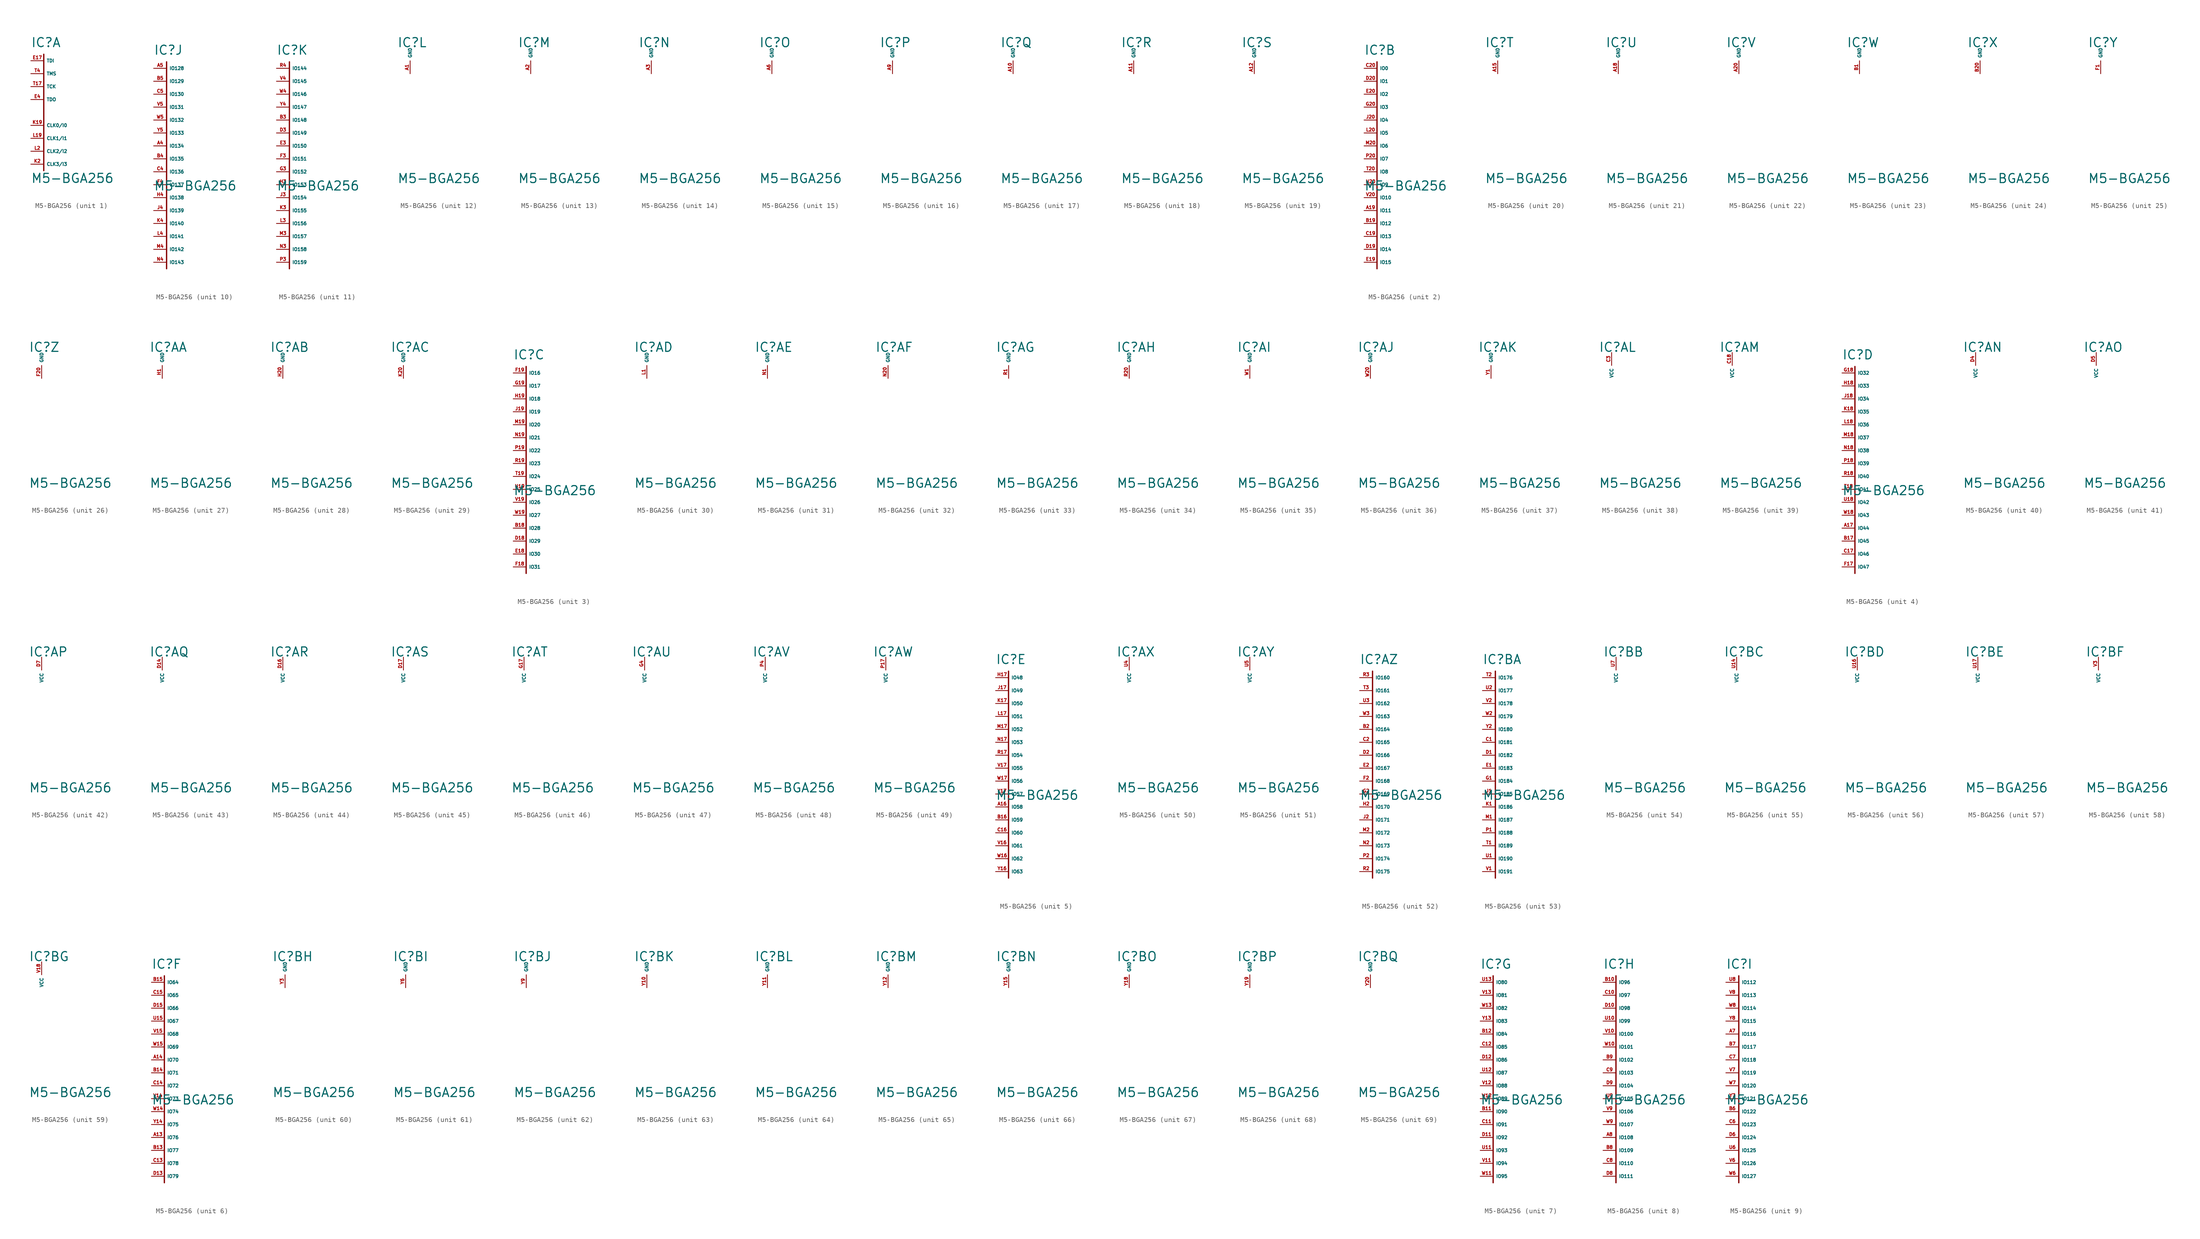
<source format=kicad_sym>
(kicad_symbol_lib
  (version 20220914)
  (generator Eagle2Kicad)
  (symbol "M5-BGA256"
    (property "Reference" "IC"
      (at -2.54 2.54 0)
      (effects (font (size 1.778 1.778) (thickness 0.22)) (justify left bottom)))
    (property "Value" "M5-BGA256"
      (at -2.54 -24.13 0)
      (effects (font (size 1.778 1.778) (thickness 0.22)) (justify left bottom)))
    (symbol "M5-BGA256_1_0"
      (polyline (pts (xy 0 1.27) (xy 0 -21.59)) (stroke (width 0.254) (type default)) (fill (type none)))
      (pin input line (at -2.54 0 0) (length 2.54) (name "TDI" (effects (font (size 0.635 0.635) (thickness 0.08)) (justify left bottom))) (number "E17" (effects (font (size 0.635 0.635) (thickness 0.08)) (justify left bottom))))
      (pin input line (at -2.54 -2.54 0) (length 2.54) (name "TMS" (effects (font (size 0.635 0.635) (thickness 0.08)) (justify left bottom))) (number "T4" (effects (font (size 0.635 0.635) (thickness 0.08)) (justify left bottom))))
      (pin input line (at -2.54 -5.08 0) (length 2.54) (name "TCK" (effects (font (size 0.635 0.635) (thickness 0.08)) (justify left bottom))) (number "T17" (effects (font (size 0.635 0.635) (thickness 0.08)) (justify left bottom))))
      (pin input line (at -2.54 -7.62 0) (length 2.54) (name "TDO" (effects (font (size 0.635 0.635) (thickness 0.08)) (justify left bottom))) (number "E4" (effects (font (size 0.635 0.635) (thickness 0.08)) (justify left bottom))))
      (pin input line (at -2.54 -12.7 0) (length 2.54) (name "CLK0/I0" (effects (font (size 0.635 0.635) (thickness 0.08)) (justify left bottom))) (number "K19" (effects (font (size 0.635 0.635) (thickness 0.08)) (justify left bottom))))
      (pin input line (at -2.54 -15.24 0) (length 2.54) (name "CLK1/I1" (effects (font (size 0.635 0.635) (thickness 0.08)) (justify left bottom))) (number "L19" (effects (font (size 0.635 0.635) (thickness 0.08)) (justify left bottom))))
      (pin input line (at -2.54 -17.78 0) (length 2.54) (name "CLK2/I2" (effects (font (size 0.635 0.635) (thickness 0.08)) (justify left bottom))) (number "L2" (effects (font (size 0.635 0.635) (thickness 0.08)) (justify left bottom))))
      (pin input line (at -2.54 -20.32 0) (length 2.54) (name "CLK3/I3" (effects (font (size 0.635 0.635) (thickness 0.08)) (justify left bottom))) (number "K2" (effects (font (size 0.635 0.635) (thickness 0.08)) (justify left bottom)))))
    (symbol "M5-BGA256_2_0"
      (polyline (pts (xy 0 1.27) (xy 0 -39.37)) (stroke (width 0.254) (type default)) (fill (type none)))
      (pin bidirectional line (at -2.54 0 0) (length 2.54) (name "IO0" (effects (font (size 0.635 0.635) (thickness 0.08)) (justify left bottom))) (number "C20" (effects (font (size 0.635 0.635) (thickness 0.08)) (justify left bottom))))
      (pin bidirectional line (at -2.54 -2.54 0) (length 2.54) (name "IO1" (effects (font (size 0.635 0.635) (thickness 0.08)) (justify left bottom))) (number "D20" (effects (font (size 0.635 0.635) (thickness 0.08)) (justify left bottom))))
      (pin bidirectional line (at -2.54 -5.08 0) (length 2.54) (name "IO2" (effects (font (size 0.635 0.635) (thickness 0.08)) (justify left bottom))) (number "E20" (effects (font (size 0.635 0.635) (thickness 0.08)) (justify left bottom))))
      (pin bidirectional line (at -2.54 -7.62 0) (length 2.54) (name "IO3" (effects (font (size 0.635 0.635) (thickness 0.08)) (justify left bottom))) (number "G20" (effects (font (size 0.635 0.635) (thickness 0.08)) (justify left bottom))))
      (pin bidirectional line (at -2.54 -10.16 0) (length 2.54) (name "IO4" (effects (font (size 0.635 0.635) (thickness 0.08)) (justify left bottom))) (number "J20" (effects (font (size 0.635 0.635) (thickness 0.08)) (justify left bottom))))
      (pin bidirectional line (at -2.54 -12.7 0) (length 2.54) (name "IO5" (effects (font (size 0.635 0.635) (thickness 0.08)) (justify left bottom))) (number "L20" (effects (font (size 0.635 0.635) (thickness 0.08)) (justify left bottom))))
      (pin bidirectional line (at -2.54 -15.24 0) (length 2.54) (name "IO6" (effects (font (size 0.635 0.635) (thickness 0.08)) (justify left bottom))) (number "M20" (effects (font (size 0.635 0.635) (thickness 0.08)) (justify left bottom))))
      (pin bidirectional line (at -2.54 -17.78 0) (length 2.54) (name "IO7" (effects (font (size 0.635 0.635) (thickness 0.08)) (justify left bottom))) (number "P20" (effects (font (size 0.635 0.635) (thickness 0.08)) (justify left bottom))))
      (pin bidirectional line (at -2.54 -20.32 0) (length 2.54) (name "IO8" (effects (font (size 0.635 0.635) (thickness 0.08)) (justify left bottom))) (number "T20" (effects (font (size 0.635 0.635) (thickness 0.08)) (justify left bottom))))
      (pin bidirectional line (at -2.54 -22.86 0) (length 2.54) (name "IO9" (effects (font (size 0.635 0.635) (thickness 0.08)) (justify left bottom))) (number "U20" (effects (font (size 0.635 0.635) (thickness 0.08)) (justify left bottom))))
      (pin bidirectional line (at -2.54 -25.4 0) (length 2.54) (name "IO10" (effects (font (size 0.635 0.635) (thickness 0.08)) (justify left bottom))) (number "V20" (effects (font (size 0.635 0.635) (thickness 0.08)) (justify left bottom))))
      (pin bidirectional line (at -2.54 -27.94 0) (length 2.54) (name "IO11" (effects (font (size 0.635 0.635) (thickness 0.08)) (justify left bottom))) (number "A19" (effects (font (size 0.635 0.635) (thickness 0.08)) (justify left bottom))))
      (pin bidirectional line (at -2.54 -30.48 0) (length 2.54) (name "IO12" (effects (font (size 0.635 0.635) (thickness 0.08)) (justify left bottom))) (number "B19" (effects (font (size 0.635 0.635) (thickness 0.08)) (justify left bottom))))
      (pin bidirectional line (at -2.54 -33.02 0) (length 2.54) (name "IO13" (effects (font (size 0.635 0.635) (thickness 0.08)) (justify left bottom))) (number "C19" (effects (font (size 0.635 0.635) (thickness 0.08)) (justify left bottom))))
      (pin bidirectional line (at -2.54 -35.56 0) (length 2.54) (name "IO14" (effects (font (size 0.635 0.635) (thickness 0.08)) (justify left bottom))) (number "D19" (effects (font (size 0.635 0.635) (thickness 0.08)) (justify left bottom))))
      (pin bidirectional line (at -2.54 -38.1 0) (length 2.54) (name "IO15" (effects (font (size 0.635 0.635) (thickness 0.08)) (justify left bottom))) (number "E19" (effects (font (size 0.635 0.635) (thickness 0.08)) (justify left bottom)))))
    (symbol "M5-BGA256_3_0"
      (polyline (pts (xy 0 1.27) (xy 0 -39.37)) (stroke (width 0.254) (type default)) (fill (type none)))
      (pin bidirectional line (at -2.54 0 0) (length 2.54) (name "IO16" (effects (font (size 0.635 0.635) (thickness 0.08)) (justify left bottom))) (number "F19" (effects (font (size 0.635 0.635) (thickness 0.08)) (justify left bottom))))
      (pin bidirectional line (at -2.54 -2.54 0) (length 2.54) (name "IO17" (effects (font (size 0.635 0.635) (thickness 0.08)) (justify left bottom))) (number "G19" (effects (font (size 0.635 0.635) (thickness 0.08)) (justify left bottom))))
      (pin bidirectional line (at -2.54 -5.08 0) (length 2.54) (name "IO18" (effects (font (size 0.635 0.635) (thickness 0.08)) (justify left bottom))) (number "H19" (effects (font (size 0.635 0.635) (thickness 0.08)) (justify left bottom))))
      (pin bidirectional line (at -2.54 -7.62 0) (length 2.54) (name "IO19" (effects (font (size 0.635 0.635) (thickness 0.08)) (justify left bottom))) (number "J19" (effects (font (size 0.635 0.635) (thickness 0.08)) (justify left bottom))))
      (pin bidirectional line (at -2.54 -10.16 0) (length 2.54) (name "IO20" (effects (font (size 0.635 0.635) (thickness 0.08)) (justify left bottom))) (number "M19" (effects (font (size 0.635 0.635) (thickness 0.08)) (justify left bottom))))
      (pin bidirectional line (at -2.54 -12.7 0) (length 2.54) (name "IO21" (effects (font (size 0.635 0.635) (thickness 0.08)) (justify left bottom))) (number "N19" (effects (font (size 0.635 0.635) (thickness 0.08)) (justify left bottom))))
      (pin bidirectional line (at -2.54 -15.24 0) (length 2.54) (name "IO22" (effects (font (size 0.635 0.635) (thickness 0.08)) (justify left bottom))) (number "P19" (effects (font (size 0.635 0.635) (thickness 0.08)) (justify left bottom))))
      (pin bidirectional line (at -2.54 -17.78 0) (length 2.54) (name "IO23" (effects (font (size 0.635 0.635) (thickness 0.08)) (justify left bottom))) (number "R19" (effects (font (size 0.635 0.635) (thickness 0.08)) (justify left bottom))))
      (pin bidirectional line (at -2.54 -20.32 0) (length 2.54) (name "IO24" (effects (font (size 0.635 0.635) (thickness 0.08)) (justify left bottom))) (number "T19" (effects (font (size 0.635 0.635) (thickness 0.08)) (justify left bottom))))
      (pin bidirectional line (at -2.54 -22.86 0) (length 2.54) (name "IO25" (effects (font (size 0.635 0.635) (thickness 0.08)) (justify left bottom))) (number "U19" (effects (font (size 0.635 0.635) (thickness 0.08)) (justify left bottom))))
      (pin bidirectional line (at -2.54 -25.4 0) (length 2.54) (name "IO26" (effects (font (size 0.635 0.635) (thickness 0.08)) (justify left bottom))) (number "V19" (effects (font (size 0.635 0.635) (thickness 0.08)) (justify left bottom))))
      (pin bidirectional line (at -2.54 -27.94 0) (length 2.54) (name "IO27" (effects (font (size 0.635 0.635) (thickness 0.08)) (justify left bottom))) (number "W19" (effects (font (size 0.635 0.635) (thickness 0.08)) (justify left bottom))))
      (pin bidirectional line (at -2.54 -30.48 0) (length 2.54) (name "IO28" (effects (font (size 0.635 0.635) (thickness 0.08)) (justify left bottom))) (number "B18" (effects (font (size 0.635 0.635) (thickness 0.08)) (justify left bottom))))
      (pin bidirectional line (at -2.54 -33.02 0) (length 2.54) (name "IO29" (effects (font (size 0.635 0.635) (thickness 0.08)) (justify left bottom))) (number "D18" (effects (font (size 0.635 0.635) (thickness 0.08)) (justify left bottom))))
      (pin bidirectional line (at -2.54 -35.56 0) (length 2.54) (name "IO30" (effects (font (size 0.635 0.635) (thickness 0.08)) (justify left bottom))) (number "E18" (effects (font (size 0.635 0.635) (thickness 0.08)) (justify left bottom))))
      (pin bidirectional line (at -2.54 -38.1 0) (length 2.54) (name "IO31" (effects (font (size 0.635 0.635) (thickness 0.08)) (justify left bottom))) (number "F18" (effects (font (size 0.635 0.635) (thickness 0.08)) (justify left bottom)))))
    (symbol "M5-BGA256_4_0"
      (polyline (pts (xy 0 1.27) (xy 0 -39.37)) (stroke (width 0.254) (type default)) (fill (type none)))
      (pin bidirectional line (at -2.54 0 0) (length 2.54) (name "IO32" (effects (font (size 0.635 0.635) (thickness 0.08)) (justify left bottom))) (number "G18" (effects (font (size 0.635 0.635) (thickness 0.08)) (justify left bottom))))
      (pin bidirectional line (at -2.54 -2.54 0) (length 2.54) (name "IO33" (effects (font (size 0.635 0.635) (thickness 0.08)) (justify left bottom))) (number "H18" (effects (font (size 0.635 0.635) (thickness 0.08)) (justify left bottom))))
      (pin bidirectional line (at -2.54 -5.08 0) (length 2.54) (name "IO34" (effects (font (size 0.635 0.635) (thickness 0.08)) (justify left bottom))) (number "J18" (effects (font (size 0.635 0.635) (thickness 0.08)) (justify left bottom))))
      (pin bidirectional line (at -2.54 -7.62 0) (length 2.54) (name "IO35" (effects (font (size 0.635 0.635) (thickness 0.08)) (justify left bottom))) (number "K18" (effects (font (size 0.635 0.635) (thickness 0.08)) (justify left bottom))))
      (pin bidirectional line (at -2.54 -10.16 0) (length 2.54) (name "IO36" (effects (font (size 0.635 0.635) (thickness 0.08)) (justify left bottom))) (number "L18" (effects (font (size 0.635 0.635) (thickness 0.08)) (justify left bottom))))
      (pin bidirectional line (at -2.54 -12.7 0) (length 2.54) (name "IO37" (effects (font (size 0.635 0.635) (thickness 0.08)) (justify left bottom))) (number "M18" (effects (font (size 0.635 0.635) (thickness 0.08)) (justify left bottom))))
      (pin bidirectional line (at -2.54 -15.24 0) (length 2.54) (name "IO38" (effects (font (size 0.635 0.635) (thickness 0.08)) (justify left bottom))) (number "N18" (effects (font (size 0.635 0.635) (thickness 0.08)) (justify left bottom))))
      (pin bidirectional line (at -2.54 -17.78 0) (length 2.54) (name "IO39" (effects (font (size 0.635 0.635) (thickness 0.08)) (justify left bottom))) (number "P18" (effects (font (size 0.635 0.635) (thickness 0.08)) (justify left bottom))))
      (pin bidirectional line (at -2.54 -20.32 0) (length 2.54) (name "IO40" (effects (font (size 0.635 0.635) (thickness 0.08)) (justify left bottom))) (number "R18" (effects (font (size 0.635 0.635) (thickness 0.08)) (justify left bottom))))
      (pin bidirectional line (at -2.54 -22.86 0) (length 2.54) (name "IO41" (effects (font (size 0.635 0.635) (thickness 0.08)) (justify left bottom))) (number "T18" (effects (font (size 0.635 0.635) (thickness 0.08)) (justify left bottom))))
      (pin bidirectional line (at -2.54 -25.4 0) (length 2.54) (name "IO42" (effects (font (size 0.635 0.635) (thickness 0.08)) (justify left bottom))) (number "U18" (effects (font (size 0.635 0.635) (thickness 0.08)) (justify left bottom))))
      (pin bidirectional line (at -2.54 -27.94 0) (length 2.54) (name "IO43" (effects (font (size 0.635 0.635) (thickness 0.08)) (justify left bottom))) (number "W18" (effects (font (size 0.635 0.635) (thickness 0.08)) (justify left bottom))))
      (pin bidirectional line (at -2.54 -30.48 0) (length 2.54) (name "IO44" (effects (font (size 0.635 0.635) (thickness 0.08)) (justify left bottom))) (number "A17" (effects (font (size 0.635 0.635) (thickness 0.08)) (justify left bottom))))
      (pin bidirectional line (at -2.54 -33.02 0) (length 2.54) (name "IO45" (effects (font (size 0.635 0.635) (thickness 0.08)) (justify left bottom))) (number "B17" (effects (font (size 0.635 0.635) (thickness 0.08)) (justify left bottom))))
      (pin bidirectional line (at -2.54 -35.56 0) (length 2.54) (name "IO46" (effects (font (size 0.635 0.635) (thickness 0.08)) (justify left bottom))) (number "C17" (effects (font (size 0.635 0.635) (thickness 0.08)) (justify left bottom))))
      (pin bidirectional line (at -2.54 -38.1 0) (length 2.54) (name "IO47" (effects (font (size 0.635 0.635) (thickness 0.08)) (justify left bottom))) (number "F17" (effects (font (size 0.635 0.635) (thickness 0.08)) (justify left bottom)))))
    (symbol "M5-BGA256_5_0"
      (polyline (pts (xy 0 1.27) (xy 0 -39.37)) (stroke (width 0.254) (type default)) (fill (type none)))
      (pin bidirectional line (at -2.54 0 0) (length 2.54) (name "IO48" (effects (font (size 0.635 0.635) (thickness 0.08)) (justify left bottom))) (number "H17" (effects (font (size 0.635 0.635) (thickness 0.08)) (justify left bottom))))
      (pin bidirectional line (at -2.54 -2.54 0) (length 2.54) (name "IO49" (effects (font (size 0.635 0.635) (thickness 0.08)) (justify left bottom))) (number "J17" (effects (font (size 0.635 0.635) (thickness 0.08)) (justify left bottom))))
      (pin bidirectional line (at -2.54 -5.08 0) (length 2.54) (name "IO50" (effects (font (size 0.635 0.635) (thickness 0.08)) (justify left bottom))) (number "K17" (effects (font (size 0.635 0.635) (thickness 0.08)) (justify left bottom))))
      (pin bidirectional line (at -2.54 -7.62 0) (length 2.54) (name "IO51" (effects (font (size 0.635 0.635) (thickness 0.08)) (justify left bottom))) (number "L17" (effects (font (size 0.635 0.635) (thickness 0.08)) (justify left bottom))))
      (pin bidirectional line (at -2.54 -10.16 0) (length 2.54) (name "IO52" (effects (font (size 0.635 0.635) (thickness 0.08)) (justify left bottom))) (number "M17" (effects (font (size 0.635 0.635) (thickness 0.08)) (justify left bottom))))
      (pin bidirectional line (at -2.54 -12.7 0) (length 2.54) (name "IO53" (effects (font (size 0.635 0.635) (thickness 0.08)) (justify left bottom))) (number "N17" (effects (font (size 0.635 0.635) (thickness 0.08)) (justify left bottom))))
      (pin bidirectional line (at -2.54 -15.24 0) (length 2.54) (name "IO54" (effects (font (size 0.635 0.635) (thickness 0.08)) (justify left bottom))) (number "R17" (effects (font (size 0.635 0.635) (thickness 0.08)) (justify left bottom))))
      (pin bidirectional line (at -2.54 -17.78 0) (length 2.54) (name "IO55" (effects (font (size 0.635 0.635) (thickness 0.08)) (justify left bottom))) (number "V17" (effects (font (size 0.635 0.635) (thickness 0.08)) (justify left bottom))))
      (pin bidirectional line (at -2.54 -20.32 0) (length 2.54) (name "IO56" (effects (font (size 0.635 0.635) (thickness 0.08)) (justify left bottom))) (number "W17" (effects (font (size 0.635 0.635) (thickness 0.08)) (justify left bottom))))
      (pin bidirectional line (at -2.54 -22.86 0) (length 2.54) (name "IO57" (effects (font (size 0.635 0.635) (thickness 0.08)) (justify left bottom))) (number "Y17" (effects (font (size 0.635 0.635) (thickness 0.08)) (justify left bottom))))
      (pin bidirectional line (at -2.54 -25.4 0) (length 2.54) (name "IO58" (effects (font (size 0.635 0.635) (thickness 0.08)) (justify left bottom))) (number "A16" (effects (font (size 0.635 0.635) (thickness 0.08)) (justify left bottom))))
      (pin bidirectional line (at -2.54 -27.94 0) (length 2.54) (name "IO59" (effects (font (size 0.635 0.635) (thickness 0.08)) (justify left bottom))) (number "B16" (effects (font (size 0.635 0.635) (thickness 0.08)) (justify left bottom))))
      (pin bidirectional line (at -2.54 -30.48 0) (length 2.54) (name "IO60" (effects (font (size 0.635 0.635) (thickness 0.08)) (justify left bottom))) (number "C16" (effects (font (size 0.635 0.635) (thickness 0.08)) (justify left bottom))))
      (pin bidirectional line (at -2.54 -33.02 0) (length 2.54) (name "IO61" (effects (font (size 0.635 0.635) (thickness 0.08)) (justify left bottom))) (number "V16" (effects (font (size 0.635 0.635) (thickness 0.08)) (justify left bottom))))
      (pin bidirectional line (at -2.54 -35.56 0) (length 2.54) (name "IO62" (effects (font (size 0.635 0.635) (thickness 0.08)) (justify left bottom))) (number "W16" (effects (font (size 0.635 0.635) (thickness 0.08)) (justify left bottom))))
      (pin bidirectional line (at -2.54 -38.1 0) (length 2.54) (name "IO63" (effects (font (size 0.635 0.635) (thickness 0.08)) (justify left bottom))) (number "Y16" (effects (font (size 0.635 0.635) (thickness 0.08)) (justify left bottom)))))
    (symbol "M5-BGA256_6_0"
      (polyline (pts (xy 0 1.27) (xy 0 -39.37)) (stroke (width 0.254) (type default)) (fill (type none)))
      (pin bidirectional line (at -2.54 0 0) (length 2.54) (name "IO64" (effects (font (size 0.635 0.635) (thickness 0.08)) (justify left bottom))) (number "B15" (effects (font (size 0.635 0.635) (thickness 0.08)) (justify left bottom))))
      (pin bidirectional line (at -2.54 -2.54 0) (length 2.54) (name "IO65" (effects (font (size 0.635 0.635) (thickness 0.08)) (justify left bottom))) (number "C15" (effects (font (size 0.635 0.635) (thickness 0.08)) (justify left bottom))))
      (pin bidirectional line (at -2.54 -5.08 0) (length 2.54) (name "IO66" (effects (font (size 0.635 0.635) (thickness 0.08)) (justify left bottom))) (number "D15" (effects (font (size 0.635 0.635) (thickness 0.08)) (justify left bottom))))
      (pin bidirectional line (at -2.54 -7.62 0) (length 2.54) (name "IO67" (effects (font (size 0.635 0.635) (thickness 0.08)) (justify left bottom))) (number "U15" (effects (font (size 0.635 0.635) (thickness 0.08)) (justify left bottom))))
      (pin bidirectional line (at -2.54 -10.16 0) (length 2.54) (name "IO68" (effects (font (size 0.635 0.635) (thickness 0.08)) (justify left bottom))) (number "V15" (effects (font (size 0.635 0.635) (thickness 0.08)) (justify left bottom))))
      (pin bidirectional line (at -2.54 -12.7 0) (length 2.54) (name "IO69" (effects (font (size 0.635 0.635) (thickness 0.08)) (justify left bottom))) (number "W15" (effects (font (size 0.635 0.635) (thickness 0.08)) (justify left bottom))))
      (pin bidirectional line (at -2.54 -15.24 0) (length 2.54) (name "IO70" (effects (font (size 0.635 0.635) (thickness 0.08)) (justify left bottom))) (number "A14" (effects (font (size 0.635 0.635) (thickness 0.08)) (justify left bottom))))
      (pin bidirectional line (at -2.54 -17.78 0) (length 2.54) (name "IO71" (effects (font (size 0.635 0.635) (thickness 0.08)) (justify left bottom))) (number "B14" (effects (font (size 0.635 0.635) (thickness 0.08)) (justify left bottom))))
      (pin bidirectional line (at -2.54 -20.32 0) (length 2.54) (name "IO72" (effects (font (size 0.635 0.635) (thickness 0.08)) (justify left bottom))) (number "C14" (effects (font (size 0.635 0.635) (thickness 0.08)) (justify left bottom))))
      (pin bidirectional line (at -2.54 -22.86 0) (length 2.54) (name "IO73" (effects (font (size 0.635 0.635) (thickness 0.08)) (justify left bottom))) (number "V14" (effects (font (size 0.635 0.635) (thickness 0.08)) (justify left bottom))))
      (pin bidirectional line (at -2.54 -25.4 0) (length 2.54) (name "IO74" (effects (font (size 0.635 0.635) (thickness 0.08)) (justify left bottom))) (number "W14" (effects (font (size 0.635 0.635) (thickness 0.08)) (justify left bottom))))
      (pin bidirectional line (at -2.54 -27.94 0) (length 2.54) (name "IO75" (effects (font (size 0.635 0.635) (thickness 0.08)) (justify left bottom))) (number "Y14" (effects (font (size 0.635 0.635) (thickness 0.08)) (justify left bottom))))
      (pin bidirectional line (at -2.54 -30.48 0) (length 2.54) (name "IO76" (effects (font (size 0.635 0.635) (thickness 0.08)) (justify left bottom))) (number "A13" (effects (font (size 0.635 0.635) (thickness 0.08)) (justify left bottom))))
      (pin bidirectional line (at -2.54 -33.02 0) (length 2.54) (name "IO77" (effects (font (size 0.635 0.635) (thickness 0.08)) (justify left bottom))) (number "B13" (effects (font (size 0.635 0.635) (thickness 0.08)) (justify left bottom))))
      (pin bidirectional line (at -2.54 -35.56 0) (length 2.54) (name "IO78" (effects (font (size 0.635 0.635) (thickness 0.08)) (justify left bottom))) (number "C13" (effects (font (size 0.635 0.635) (thickness 0.08)) (justify left bottom))))
      (pin bidirectional line (at -2.54 -38.1 0) (length 2.54) (name "IO79" (effects (font (size 0.635 0.635) (thickness 0.08)) (justify left bottom))) (number "D13" (effects (font (size 0.635 0.635) (thickness 0.08)) (justify left bottom)))))
    (symbol "M5-BGA256_7_0"
      (polyline (pts (xy 0 1.27) (xy 0 -39.37)) (stroke (width 0.254) (type default)) (fill (type none)))
      (pin bidirectional line (at -2.54 0 0) (length 2.54) (name "IO80" (effects (font (size 0.635 0.635) (thickness 0.08)) (justify left bottom))) (number "U13" (effects (font (size 0.635 0.635) (thickness 0.08)) (justify left bottom))))
      (pin bidirectional line (at -2.54 -2.54 0) (length 2.54) (name "IO81" (effects (font (size 0.635 0.635) (thickness 0.08)) (justify left bottom))) (number "V13" (effects (font (size 0.635 0.635) (thickness 0.08)) (justify left bottom))))
      (pin bidirectional line (at -2.54 -5.08 0) (length 2.54) (name "IO82" (effects (font (size 0.635 0.635) (thickness 0.08)) (justify left bottom))) (number "W13" (effects (font (size 0.635 0.635) (thickness 0.08)) (justify left bottom))))
      (pin bidirectional line (at -2.54 -7.62 0) (length 2.54) (name "IO83" (effects (font (size 0.635 0.635) (thickness 0.08)) (justify left bottom))) (number "Y13" (effects (font (size 0.635 0.635) (thickness 0.08)) (justify left bottom))))
      (pin bidirectional line (at -2.54 -10.16 0) (length 2.54) (name "IO84" (effects (font (size 0.635 0.635) (thickness 0.08)) (justify left bottom))) (number "B12" (effects (font (size 0.635 0.635) (thickness 0.08)) (justify left bottom))))
      (pin bidirectional line (at -2.54 -12.7 0) (length 2.54) (name "IO85" (effects (font (size 0.635 0.635) (thickness 0.08)) (justify left bottom))) (number "C12" (effects (font (size 0.635 0.635) (thickness 0.08)) (justify left bottom))))
      (pin bidirectional line (at -2.54 -15.24 0) (length 2.54) (name "IO86" (effects (font (size 0.635 0.635) (thickness 0.08)) (justify left bottom))) (number "D12" (effects (font (size 0.635 0.635) (thickness 0.08)) (justify left bottom))))
      (pin bidirectional line (at -2.54 -17.78 0) (length 2.54) (name "IO87" (effects (font (size 0.635 0.635) (thickness 0.08)) (justify left bottom))) (number "U12" (effects (font (size 0.635 0.635) (thickness 0.08)) (justify left bottom))))
      (pin bidirectional line (at -2.54 -20.32 0) (length 2.54) (name "IO88" (effects (font (size 0.635 0.635) (thickness 0.08)) (justify left bottom))) (number "V12" (effects (font (size 0.635 0.635) (thickness 0.08)) (justify left bottom))))
      (pin bidirectional line (at -2.54 -22.86 0) (length 2.54) (name "IO89" (effects (font (size 0.635 0.635) (thickness 0.08)) (justify left bottom))) (number "W12" (effects (font (size 0.635 0.635) (thickness 0.08)) (justify left bottom))))
      (pin bidirectional line (at -2.54 -25.4 0) (length 2.54) (name "IO90" (effects (font (size 0.635 0.635) (thickness 0.08)) (justify left bottom))) (number "B11" (effects (font (size 0.635 0.635) (thickness 0.08)) (justify left bottom))))
      (pin bidirectional line (at -2.54 -27.94 0) (length 2.54) (name "IO91" (effects (font (size 0.635 0.635) (thickness 0.08)) (justify left bottom))) (number "C11" (effects (font (size 0.635 0.635) (thickness 0.08)) (justify left bottom))))
      (pin bidirectional line (at -2.54 -30.48 0) (length 2.54) (name "IO92" (effects (font (size 0.635 0.635) (thickness 0.08)) (justify left bottom))) (number "D11" (effects (font (size 0.635 0.635) (thickness 0.08)) (justify left bottom))))
      (pin bidirectional line (at -2.54 -33.02 0) (length 2.54) (name "IO93" (effects (font (size 0.635 0.635) (thickness 0.08)) (justify left bottom))) (number "U11" (effects (font (size 0.635 0.635) (thickness 0.08)) (justify left bottom))))
      (pin bidirectional line (at -2.54 -35.56 0) (length 2.54) (name "IO94" (effects (font (size 0.635 0.635) (thickness 0.08)) (justify left bottom))) (number "V11" (effects (font (size 0.635 0.635) (thickness 0.08)) (justify left bottom))))
      (pin bidirectional line (at -2.54 -38.1 0) (length 2.54) (name "IO95" (effects (font (size 0.635 0.635) (thickness 0.08)) (justify left bottom))) (number "W11" (effects (font (size 0.635 0.635) (thickness 0.08)) (justify left bottom)))))
    (symbol "M5-BGA256_8_0"
      (polyline (pts (xy 0 1.27) (xy 0 -39.37)) (stroke (width 0.254) (type default)) (fill (type none)))
      (pin bidirectional line (at -2.54 0 0) (length 2.54) (name "IO96" (effects (font (size 0.635 0.635) (thickness 0.08)) (justify left bottom))) (number "B10" (effects (font (size 0.635 0.635) (thickness 0.08)) (justify left bottom))))
      (pin bidirectional line (at -2.54 -2.54 0) (length 2.54) (name "IO97" (effects (font (size 0.635 0.635) (thickness 0.08)) (justify left bottom))) (number "C10" (effects (font (size 0.635 0.635) (thickness 0.08)) (justify left bottom))))
      (pin bidirectional line (at -2.54 -5.08 0) (length 2.54) (name "IO98" (effects (font (size 0.635 0.635) (thickness 0.08)) (justify left bottom))) (number "D10" (effects (font (size 0.635 0.635) (thickness 0.08)) (justify left bottom))))
      (pin bidirectional line (at -2.54 -7.62 0) (length 2.54) (name "IO99" (effects (font (size 0.635 0.635) (thickness 0.08)) (justify left bottom))) (number "U10" (effects (font (size 0.635 0.635) (thickness 0.08)) (justify left bottom))))
      (pin bidirectional line (at -2.54 -10.16 0) (length 2.54) (name "IO100" (effects (font (size 0.635 0.635) (thickness 0.08)) (justify left bottom))) (number "V10" (effects (font (size 0.635 0.635) (thickness 0.08)) (justify left bottom))))
      (pin bidirectional line (at -2.54 -12.7 0) (length 2.54) (name "IO101" (effects (font (size 0.635 0.635) (thickness 0.08)) (justify left bottom))) (number "W10" (effects (font (size 0.635 0.635) (thickness 0.08)) (justify left bottom))))
      (pin bidirectional line (at -2.54 -15.24 0) (length 2.54) (name "IO102" (effects (font (size 0.635 0.635) (thickness 0.08)) (justify left bottom))) (number "B9" (effects (font (size 0.635 0.635) (thickness 0.08)) (justify left bottom))))
      (pin bidirectional line (at -2.54 -17.78 0) (length 2.54) (name "IO103" (effects (font (size 0.635 0.635) (thickness 0.08)) (justify left bottom))) (number "C9" (effects (font (size 0.635 0.635) (thickness 0.08)) (justify left bottom))))
      (pin bidirectional line (at -2.54 -20.32 0) (length 2.54) (name "IO104" (effects (font (size 0.635 0.635) (thickness 0.08)) (justify left bottom))) (number "D9" (effects (font (size 0.635 0.635) (thickness 0.08)) (justify left bottom))))
      (pin bidirectional line (at -2.54 -22.86 0) (length 2.54) (name "IO105" (effects (font (size 0.635 0.635) (thickness 0.08)) (justify left bottom))) (number "U9" (effects (font (size 0.635 0.635) (thickness 0.08)) (justify left bottom))))
      (pin bidirectional line (at -2.54 -25.4 0) (length 2.54) (name "IO106" (effects (font (size 0.635 0.635) (thickness 0.08)) (justify left bottom))) (number "V9" (effects (font (size 0.635 0.635) (thickness 0.08)) (justify left bottom))))
      (pin bidirectional line (at -2.54 -27.94 0) (length 2.54) (name "IO107" (effects (font (size 0.635 0.635) (thickness 0.08)) (justify left bottom))) (number "W9" (effects (font (size 0.635 0.635) (thickness 0.08)) (justify left bottom))))
      (pin bidirectional line (at -2.54 -30.48 0) (length 2.54) (name "IO108" (effects (font (size 0.635 0.635) (thickness 0.08)) (justify left bottom))) (number "A8" (effects (font (size 0.635 0.635) (thickness 0.08)) (justify left bottom))))
      (pin bidirectional line (at -2.54 -33.02 0) (length 2.54) (name "IO109" (effects (font (size 0.635 0.635) (thickness 0.08)) (justify left bottom))) (number "B8" (effects (font (size 0.635 0.635) (thickness 0.08)) (justify left bottom))))
      (pin bidirectional line (at -2.54 -35.56 0) (length 2.54) (name "IO110" (effects (font (size 0.635 0.635) (thickness 0.08)) (justify left bottom))) (number "C8" (effects (font (size 0.635 0.635) (thickness 0.08)) (justify left bottom))))
      (pin bidirectional line (at -2.54 -38.1 0) (length 2.54) (name "IO111" (effects (font (size 0.635 0.635) (thickness 0.08)) (justify left bottom))) (number "D8" (effects (font (size 0.635 0.635) (thickness 0.08)) (justify left bottom)))))
    (symbol "M5-BGA256_9_0"
      (polyline (pts (xy 0 1.27) (xy 0 -39.37)) (stroke (width 0.254) (type default)) (fill (type none)))
      (pin bidirectional line (at -2.54 0 0) (length 2.54) (name "IO112" (effects (font (size 0.635 0.635) (thickness 0.08)) (justify left bottom))) (number "U8" (effects (font (size 0.635 0.635) (thickness 0.08)) (justify left bottom))))
      (pin bidirectional line (at -2.54 -2.54 0) (length 2.54) (name "IO113" (effects (font (size 0.635 0.635) (thickness 0.08)) (justify left bottom))) (number "V8" (effects (font (size 0.635 0.635) (thickness 0.08)) (justify left bottom))))
      (pin bidirectional line (at -2.54 -5.08 0) (length 2.54) (name "IO114" (effects (font (size 0.635 0.635) (thickness 0.08)) (justify left bottom))) (number "W8" (effects (font (size 0.635 0.635) (thickness 0.08)) (justify left bottom))))
      (pin bidirectional line (at -2.54 -7.62 0) (length 2.54) (name "IO115" (effects (font (size 0.635 0.635) (thickness 0.08)) (justify left bottom))) (number "Y8" (effects (font (size 0.635 0.635) (thickness 0.08)) (justify left bottom))))
      (pin bidirectional line (at -2.54 -10.16 0) (length 2.54) (name "IO116" (effects (font (size 0.635 0.635) (thickness 0.08)) (justify left bottom))) (number "A7" (effects (font (size 0.635 0.635) (thickness 0.08)) (justify left bottom))))
      (pin bidirectional line (at -2.54 -12.7 0) (length 2.54) (name "IO117" (effects (font (size 0.635 0.635) (thickness 0.08)) (justify left bottom))) (number "B7" (effects (font (size 0.635 0.635) (thickness 0.08)) (justify left bottom))))
      (pin bidirectional line (at -2.54 -15.24 0) (length 2.54) (name "IO118" (effects (font (size 0.635 0.635) (thickness 0.08)) (justify left bottom))) (number "C7" (effects (font (size 0.635 0.635) (thickness 0.08)) (justify left bottom))))
      (pin bidirectional line (at -2.54 -17.78 0) (length 2.54) (name "IO119" (effects (font (size 0.635 0.635) (thickness 0.08)) (justify left bottom))) (number "V7" (effects (font (size 0.635 0.635) (thickness 0.08)) (justify left bottom))))
      (pin bidirectional line (at -2.54 -20.32 0) (length 2.54) (name "IO120" (effects (font (size 0.635 0.635) (thickness 0.08)) (justify left bottom))) (number "W7" (effects (font (size 0.635 0.635) (thickness 0.08)) (justify left bottom))))
      (pin bidirectional line (at -2.54 -22.86 0) (length 2.54) (name "IO121" (effects (font (size 0.635 0.635) (thickness 0.08)) (justify left bottom))) (number "Y7" (effects (font (size 0.635 0.635) (thickness 0.08)) (justify left bottom))))
      (pin bidirectional line (at -2.54 -25.4 0) (length 2.54) (name "IO122" (effects (font (size 0.635 0.635) (thickness 0.08)) (justify left bottom))) (number "B6" (effects (font (size 0.635 0.635) (thickness 0.08)) (justify left bottom))))
      (pin bidirectional line (at -2.54 -27.94 0) (length 2.54) (name "IO123" (effects (font (size 0.635 0.635) (thickness 0.08)) (justify left bottom))) (number "C6" (effects (font (size 0.635 0.635) (thickness 0.08)) (justify left bottom))))
      (pin bidirectional line (at -2.54 -30.48 0) (length 2.54) (name "IO124" (effects (font (size 0.635 0.635) (thickness 0.08)) (justify left bottom))) (number "D6" (effects (font (size 0.635 0.635) (thickness 0.08)) (justify left bottom))))
      (pin bidirectional line (at -2.54 -33.02 0) (length 2.54) (name "IO125" (effects (font (size 0.635 0.635) (thickness 0.08)) (justify left bottom))) (number "U6" (effects (font (size 0.635 0.635) (thickness 0.08)) (justify left bottom))))
      (pin bidirectional line (at -2.54 -35.56 0) (length 2.54) (name "IO126" (effects (font (size 0.635 0.635) (thickness 0.08)) (justify left bottom))) (number "V6" (effects (font (size 0.635 0.635) (thickness 0.08)) (justify left bottom))))
      (pin bidirectional line (at -2.54 -38.1 0) (length 2.54) (name "IO127" (effects (font (size 0.635 0.635) (thickness 0.08)) (justify left bottom))) (number "W6" (effects (font (size 0.635 0.635) (thickness 0.08)) (justify left bottom)))))
    (symbol "M5-BGA256_10_0"
      (polyline (pts (xy 0 1.27) (xy 0 -39.37)) (stroke (width 0.254) (type default)) (fill (type none)))
      (pin bidirectional line (at -2.54 0 0) (length 2.54) (name "IO128" (effects (font (size 0.635 0.635) (thickness 0.08)) (justify left bottom))) (number "A5" (effects (font (size 0.635 0.635) (thickness 0.08)) (justify left bottom))))
      (pin bidirectional line (at -2.54 -2.54 0) (length 2.54) (name "IO129" (effects (font (size 0.635 0.635) (thickness 0.08)) (justify left bottom))) (number "B5" (effects (font (size 0.635 0.635) (thickness 0.08)) (justify left bottom))))
      (pin bidirectional line (at -2.54 -5.08 0) (length 2.54) (name "IO130" (effects (font (size 0.635 0.635) (thickness 0.08)) (justify left bottom))) (number "C5" (effects (font (size 0.635 0.635) (thickness 0.08)) (justify left bottom))))
      (pin bidirectional line (at -2.54 -7.62 0) (length 2.54) (name "IO131" (effects (font (size 0.635 0.635) (thickness 0.08)) (justify left bottom))) (number "V5" (effects (font (size 0.635 0.635) (thickness 0.08)) (justify left bottom))))
      (pin bidirectional line (at -2.54 -10.16 0) (length 2.54) (name "IO132" (effects (font (size 0.635 0.635) (thickness 0.08)) (justify left bottom))) (number "W5" (effects (font (size 0.635 0.635) (thickness 0.08)) (justify left bottom))))
      (pin bidirectional line (at -2.54 -12.7 0) (length 2.54) (name "IO133" (effects (font (size 0.635 0.635) (thickness 0.08)) (justify left bottom))) (number "Y5" (effects (font (size 0.635 0.635) (thickness 0.08)) (justify left bottom))))
      (pin bidirectional line (at -2.54 -15.24 0) (length 2.54) (name "IO134" (effects (font (size 0.635 0.635) (thickness 0.08)) (justify left bottom))) (number "A4" (effects (font (size 0.635 0.635) (thickness 0.08)) (justify left bottom))))
      (pin bidirectional line (at -2.54 -17.78 0) (length 2.54) (name "IO135" (effects (font (size 0.635 0.635) (thickness 0.08)) (justify left bottom))) (number "B4" (effects (font (size 0.635 0.635) (thickness 0.08)) (justify left bottom))))
      (pin bidirectional line (at -2.54 -20.32 0) (length 2.54) (name "IO136" (effects (font (size 0.635 0.635) (thickness 0.08)) (justify left bottom))) (number "C4" (effects (font (size 0.635 0.635) (thickness 0.08)) (justify left bottom))))
      (pin bidirectional line (at -2.54 -22.86 0) (length 2.54) (name "IO137" (effects (font (size 0.635 0.635) (thickness 0.08)) (justify left bottom))) (number "F4" (effects (font (size 0.635 0.635) (thickness 0.08)) (justify left bottom))))
      (pin bidirectional line (at -2.54 -25.4 0) (length 2.54) (name "IO138" (effects (font (size 0.635 0.635) (thickness 0.08)) (justify left bottom))) (number "H4" (effects (font (size 0.635 0.635) (thickness 0.08)) (justify left bottom))))
      (pin bidirectional line (at -2.54 -27.94 0) (length 2.54) (name "IO139" (effects (font (size 0.635 0.635) (thickness 0.08)) (justify left bottom))) (number "J4" (effects (font (size 0.635 0.635) (thickness 0.08)) (justify left bottom))))
      (pin bidirectional line (at -2.54 -30.48 0) (length 2.54) (name "IO140" (effects (font (size 0.635 0.635) (thickness 0.08)) (justify left bottom))) (number "K4" (effects (font (size 0.635 0.635) (thickness 0.08)) (justify left bottom))))
      (pin bidirectional line (at -2.54 -33.02 0) (length 2.54) (name "IO141" (effects (font (size 0.635 0.635) (thickness 0.08)) (justify left bottom))) (number "L4" (effects (font (size 0.635 0.635) (thickness 0.08)) (justify left bottom))))
      (pin bidirectional line (at -2.54 -35.56 0) (length 2.54) (name "IO142" (effects (font (size 0.635 0.635) (thickness 0.08)) (justify left bottom))) (number "M4" (effects (font (size 0.635 0.635) (thickness 0.08)) (justify left bottom))))
      (pin bidirectional line (at -2.54 -38.1 0) (length 2.54) (name "IO143" (effects (font (size 0.635 0.635) (thickness 0.08)) (justify left bottom))) (number "N4" (effects (font (size 0.635 0.635) (thickness 0.08)) (justify left bottom)))))
    (symbol "M5-BGA256_11_0"
      (polyline (pts (xy 0 1.27) (xy 0 -39.37)) (stroke (width 0.254) (type default)) (fill (type none)))
      (pin bidirectional line (at -2.54 0 0) (length 2.54) (name "IO144" (effects (font (size 0.635 0.635) (thickness 0.08)) (justify left bottom))) (number "R4" (effects (font (size 0.635 0.635) (thickness 0.08)) (justify left bottom))))
      (pin bidirectional line (at -2.54 -2.54 0) (length 2.54) (name "IO145" (effects (font (size 0.635 0.635) (thickness 0.08)) (justify left bottom))) (number "V4" (effects (font (size 0.635 0.635) (thickness 0.08)) (justify left bottom))))
      (pin bidirectional line (at -2.54 -5.08 0) (length 2.54) (name "IO146" (effects (font (size 0.635 0.635) (thickness 0.08)) (justify left bottom))) (number "W4" (effects (font (size 0.635 0.635) (thickness 0.08)) (justify left bottom))))
      (pin bidirectional line (at -2.54 -7.62 0) (length 2.54) (name "IO147" (effects (font (size 0.635 0.635) (thickness 0.08)) (justify left bottom))) (number "Y4" (effects (font (size 0.635 0.635) (thickness 0.08)) (justify left bottom))))
      (pin bidirectional line (at -2.54 -10.16 0) (length 2.54) (name "IO148" (effects (font (size 0.635 0.635) (thickness 0.08)) (justify left bottom))) (number "B3" (effects (font (size 0.635 0.635) (thickness 0.08)) (justify left bottom))))
      (pin bidirectional line (at -2.54 -12.7 0) (length 2.54) (name "IO149" (effects (font (size 0.635 0.635) (thickness 0.08)) (justify left bottom))) (number "D3" (effects (font (size 0.635 0.635) (thickness 0.08)) (justify left bottom))))
      (pin bidirectional line (at -2.54 -15.24 0) (length 2.54) (name "IO150" (effects (font (size 0.635 0.635) (thickness 0.08)) (justify left bottom))) (number "E3" (effects (font (size 0.635 0.635) (thickness 0.08)) (justify left bottom))))
      (pin bidirectional line (at -2.54 -17.78 0) (length 2.54) (name "IO151" (effects (font (size 0.635 0.635) (thickness 0.08)) (justify left bottom))) (number "F3" (effects (font (size 0.635 0.635) (thickness 0.08)) (justify left bottom))))
      (pin bidirectional line (at -2.54 -20.32 0) (length 2.54) (name "IO152" (effects (font (size 0.635 0.635) (thickness 0.08)) (justify left bottom))) (number "G3" (effects (font (size 0.635 0.635) (thickness 0.08)) (justify left bottom))))
      (pin bidirectional line (at -2.54 -22.86 0) (length 2.54) (name "IO153" (effects (font (size 0.635 0.635) (thickness 0.08)) (justify left bottom))) (number "H3" (effects (font (size 0.635 0.635) (thickness 0.08)) (justify left bottom))))
      (pin bidirectional line (at -2.54 -25.4 0) (length 2.54) (name "IO154" (effects (font (size 0.635 0.635) (thickness 0.08)) (justify left bottom))) (number "J3" (effects (font (size 0.635 0.635) (thickness 0.08)) (justify left bottom))))
      (pin bidirectional line (at -2.54 -27.94 0) (length 2.54) (name "IO155" (effects (font (size 0.635 0.635) (thickness 0.08)) (justify left bottom))) (number "K3" (effects (font (size 0.635 0.635) (thickness 0.08)) (justify left bottom))))
      (pin bidirectional line (at -2.54 -30.48 0) (length 2.54) (name "IO156" (effects (font (size 0.635 0.635) (thickness 0.08)) (justify left bottom))) (number "L3" (effects (font (size 0.635 0.635) (thickness 0.08)) (justify left bottom))))
      (pin bidirectional line (at -2.54 -33.02 0) (length 2.54) (name "IO157" (effects (font (size 0.635 0.635) (thickness 0.08)) (justify left bottom))) (number "M3" (effects (font (size 0.635 0.635) (thickness 0.08)) (justify left bottom))))
      (pin bidirectional line (at -2.54 -35.56 0) (length 2.54) (name "IO158" (effects (font (size 0.635 0.635) (thickness 0.08)) (justify left bottom))) (number "N3" (effects (font (size 0.635 0.635) (thickness 0.08)) (justify left bottom))))
      (pin bidirectional line (at -2.54 -38.1 0) (length 2.54) (name "IO159" (effects (font (size 0.635 0.635) (thickness 0.08)) (justify left bottom))) (number "P3" (effects (font (size 0.635 0.635) (thickness 0.08)) (justify left bottom)))))
    (symbol "M5-BGA256_12_0"
      (pin unspecified line (at 0 -2.54 90) (length 2.54) (name "GND" (effects (font (size 0.635 0.635) (thickness 0.08)) (justify left bottom))) (number "A1" (effects (font (size 0.635 0.635) (thickness 0.08)) (justify left bottom)))))
    (symbol "M5-BGA256_13_0"
      (pin unspecified line (at 0 -2.54 90) (length 2.54) (name "GND" (effects (font (size 0.635 0.635) (thickness 0.08)) (justify left bottom))) (number "A2" (effects (font (size 0.635 0.635) (thickness 0.08)) (justify left bottom)))))
    (symbol "M5-BGA256_14_0"
      (pin unspecified line (at 0 -2.54 90) (length 2.54) (name "GND" (effects (font (size 0.635 0.635) (thickness 0.08)) (justify left bottom))) (number "A3" (effects (font (size 0.635 0.635) (thickness 0.08)) (justify left bottom)))))
    (symbol "M5-BGA256_15_0"
      (pin unspecified line (at 0 -2.54 90) (length 2.54) (name "GND" (effects (font (size 0.635 0.635) (thickness 0.08)) (justify left bottom))) (number "A6" (effects (font (size 0.635 0.635) (thickness 0.08)) (justify left bottom)))))
    (symbol "M5-BGA256_16_0"
      (pin unspecified line (at 0 -2.54 90) (length 2.54) (name "GND" (effects (font (size 0.635 0.635) (thickness 0.08)) (justify left bottom))) (number "A9" (effects (font (size 0.635 0.635) (thickness 0.08)) (justify left bottom)))))
    (symbol "M5-BGA256_17_0"
      (pin unspecified line (at 0 -2.54 90) (length 2.54) (name "GND" (effects (font (size 0.635 0.635) (thickness 0.08)) (justify left bottom))) (number "A10" (effects (font (size 0.635 0.635) (thickness 0.08)) (justify left bottom)))))
    (symbol "M5-BGA256_18_0"
      (pin unspecified line (at 0 -2.54 90) (length 2.54) (name "GND" (effects (font (size 0.635 0.635) (thickness 0.08)) (justify left bottom))) (number "A11" (effects (font (size 0.635 0.635) (thickness 0.08)) (justify left bottom)))))
    (symbol "M5-BGA256_19_0"
      (pin unspecified line (at 0 -2.54 90) (length 2.54) (name "GND" (effects (font (size 0.635 0.635) (thickness 0.08)) (justify left bottom))) (number "A12" (effects (font (size 0.635 0.635) (thickness 0.08)) (justify left bottom)))))
    (symbol "M5-BGA256_20_0"
      (pin unspecified line (at 0 -2.54 90) (length 2.54) (name "GND" (effects (font (size 0.635 0.635) (thickness 0.08)) (justify left bottom))) (number "A15" (effects (font (size 0.635 0.635) (thickness 0.08)) (justify left bottom)))))
    (symbol "M5-BGA256_21_0"
      (pin unspecified line (at 0 -2.54 90) (length 2.54) (name "GND" (effects (font (size 0.635 0.635) (thickness 0.08)) (justify left bottom))) (number "A18" (effects (font (size 0.635 0.635) (thickness 0.08)) (justify left bottom)))))
    (symbol "M5-BGA256_22_0"
      (pin unspecified line (at 0 -2.54 90) (length 2.54) (name "GND" (effects (font (size 0.635 0.635) (thickness 0.08)) (justify left bottom))) (number "A20" (effects (font (size 0.635 0.635) (thickness 0.08)) (justify left bottom)))))
    (symbol "M5-BGA256_23_0"
      (pin unspecified line (at 0 -2.54 90) (length 2.54) (name "GND" (effects (font (size 0.635 0.635) (thickness 0.08)) (justify left bottom))) (number "B1" (effects (font (size 0.635 0.635) (thickness 0.08)) (justify left bottom)))))
    (symbol "M5-BGA256_24_0"
      (pin unspecified line (at 0 -2.54 90) (length 2.54) (name "GND" (effects (font (size 0.635 0.635) (thickness 0.08)) (justify left bottom))) (number "B20" (effects (font (size 0.635 0.635) (thickness 0.08)) (justify left bottom)))))
    (symbol "M5-BGA256_25_0"
      (pin unspecified line (at 0 -2.54 90) (length 2.54) (name "GND" (effects (font (size 0.635 0.635) (thickness 0.08)) (justify left bottom))) (number "F1" (effects (font (size 0.635 0.635) (thickness 0.08)) (justify left bottom)))))
    (symbol "M5-BGA256_26_0"
      (pin unspecified line (at 0 -2.54 90) (length 2.54) (name "GND" (effects (font (size 0.635 0.635) (thickness 0.08)) (justify left bottom))) (number "F20" (effects (font (size 0.635 0.635) (thickness 0.08)) (justify left bottom)))))
    (symbol "M5-BGA256_27_0"
      (pin unspecified line (at 0 -2.54 90) (length 2.54) (name "GND" (effects (font (size 0.635 0.635) (thickness 0.08)) (justify left bottom))) (number "H1" (effects (font (size 0.635 0.635) (thickness 0.08)) (justify left bottom)))))
    (symbol "M5-BGA256_28_0"
      (pin unspecified line (at 0 -2.54 90) (length 2.54) (name "GND" (effects (font (size 0.635 0.635) (thickness 0.08)) (justify left bottom))) (number "H20" (effects (font (size 0.635 0.635) (thickness 0.08)) (justify left bottom)))))
    (symbol "M5-BGA256_29_0"
      (pin unspecified line (at 0 -2.54 90) (length 2.54) (name "GND" (effects (font (size 0.635 0.635) (thickness 0.08)) (justify left bottom))) (number "K20" (effects (font (size 0.635 0.635) (thickness 0.08)) (justify left bottom)))))
    (symbol "M5-BGA256_30_0"
      (pin unspecified line (at 0 -2.54 90) (length 2.54) (name "GND" (effects (font (size 0.635 0.635) (thickness 0.08)) (justify left bottom))) (number "L1" (effects (font (size 0.635 0.635) (thickness 0.08)) (justify left bottom)))))
    (symbol "M5-BGA256_31_0"
      (pin unspecified line (at 0 -2.54 90) (length 2.54) (name "GND" (effects (font (size 0.635 0.635) (thickness 0.08)) (justify left bottom))) (number "N1" (effects (font (size 0.635 0.635) (thickness 0.08)) (justify left bottom)))))
    (symbol "M5-BGA256_32_0"
      (pin unspecified line (at 0 -2.54 90) (length 2.54) (name "GND" (effects (font (size 0.635 0.635) (thickness 0.08)) (justify left bottom))) (number "N20" (effects (font (size 0.635 0.635) (thickness 0.08)) (justify left bottom)))))
    (symbol "M5-BGA256_33_0"
      (pin unspecified line (at 0 -2.54 90) (length 2.54) (name "GND" (effects (font (size 0.635 0.635) (thickness 0.08)) (justify left bottom))) (number "R1" (effects (font (size 0.635 0.635) (thickness 0.08)) (justify left bottom)))))
    (symbol "M5-BGA256_34_0"
      (pin unspecified line (at 0 -2.54 90) (length 2.54) (name "GND" (effects (font (size 0.635 0.635) (thickness 0.08)) (justify left bottom))) (number "R20" (effects (font (size 0.635 0.635) (thickness 0.08)) (justify left bottom)))))
    (symbol "M5-BGA256_35_0"
      (pin unspecified line (at 0 -2.54 90) (length 2.54) (name "GND" (effects (font (size 0.635 0.635) (thickness 0.08)) (justify left bottom))) (number "W1" (effects (font (size 0.635 0.635) (thickness 0.08)) (justify left bottom)))))
    (symbol "M5-BGA256_36_0"
      (pin unspecified line (at 0 -2.54 90) (length 2.54) (name "GND" (effects (font (size 0.635 0.635) (thickness 0.08)) (justify left bottom))) (number "W20" (effects (font (size 0.635 0.635) (thickness 0.08)) (justify left bottom)))))
    (symbol "M5-BGA256_37_0"
      (pin unspecified line (at 0 -2.54 90) (length 2.54) (name "GND" (effects (font (size 0.635 0.635) (thickness 0.08)) (justify left bottom))) (number "Y1" (effects (font (size 0.635 0.635) (thickness 0.08)) (justify left bottom)))))
    (symbol "M5-BGA256_38_0"
      (pin unspecified line (at 0 2.54 270) (length 2.54) (name "VCC" (effects (font (size 0.635 0.635) (thickness 0.08)) (justify left bottom))) (number "C3" (effects (font (size 0.635 0.635) (thickness 0.08)) (justify left bottom)))))
    (symbol "M5-BGA256_39_0"
      (pin unspecified line (at 0 2.54 270) (length 2.54) (name "VCC" (effects (font (size 0.635 0.635) (thickness 0.08)) (justify left bottom))) (number "C18" (effects (font (size 0.635 0.635) (thickness 0.08)) (justify left bottom)))))
    (symbol "M5-BGA256_40_0"
      (pin unspecified line (at 0 2.54 270) (length 2.54) (name "VCC" (effects (font (size 0.635 0.635) (thickness 0.08)) (justify left bottom))) (number "D4" (effects (font (size 0.635 0.635) (thickness 0.08)) (justify left bottom)))))
    (symbol "M5-BGA256_41_0"
      (pin unspecified line (at 0 2.54 270) (length 2.54) (name "VCC" (effects (font (size 0.635 0.635) (thickness 0.08)) (justify left bottom))) (number "D5" (effects (font (size 0.635 0.635) (thickness 0.08)) (justify left bottom)))))
    (symbol "M5-BGA256_42_0"
      (pin unspecified line (at 0 2.54 270) (length 2.54) (name "VCC" (effects (font (size 0.635 0.635) (thickness 0.08)) (justify left bottom))) (number "D7" (effects (font (size 0.635 0.635) (thickness 0.08)) (justify left bottom)))))
    (symbol "M5-BGA256_43_0"
      (pin unspecified line (at 0 2.54 270) (length 2.54) (name "VCC" (effects (font (size 0.635 0.635) (thickness 0.08)) (justify left bottom))) (number "D14" (effects (font (size 0.635 0.635) (thickness 0.08)) (justify left bottom)))))
    (symbol "M5-BGA256_44_0"
      (pin unspecified line (at 0 2.54 270) (length 2.54) (name "VCC" (effects (font (size 0.635 0.635) (thickness 0.08)) (justify left bottom))) (number "D16" (effects (font (size 0.635 0.635) (thickness 0.08)) (justify left bottom)))))
    (symbol "M5-BGA256_45_0"
      (pin unspecified line (at 0 2.54 270) (length 2.54) (name "VCC" (effects (font (size 0.635 0.635) (thickness 0.08)) (justify left bottom))) (number "D17" (effects (font (size 0.635 0.635) (thickness 0.08)) (justify left bottom)))))
    (symbol "M5-BGA256_46_0"
      (pin unspecified line (at 0 2.54 270) (length 2.54) (name "VCC" (effects (font (size 0.635 0.635) (thickness 0.08)) (justify left bottom))) (number "G17" (effects (font (size 0.635 0.635) (thickness 0.08)) (justify left bottom)))))
    (symbol "M5-BGA256_47_0"
      (pin unspecified line (at 0 2.54 270) (length 2.54) (name "VCC" (effects (font (size 0.635 0.635) (thickness 0.08)) (justify left bottom))) (number "G4" (effects (font (size 0.635 0.635) (thickness 0.08)) (justify left bottom)))))
    (symbol "M5-BGA256_48_0"
      (pin unspecified line (at 0 2.54 270) (length 2.54) (name "VCC" (effects (font (size 0.635 0.635) (thickness 0.08)) (justify left bottom))) (number "P4" (effects (font (size 0.635 0.635) (thickness 0.08)) (justify left bottom)))))
    (symbol "M5-BGA256_49_0"
      (pin unspecified line (at 0 2.54 270) (length 2.54) (name "VCC" (effects (font (size 0.635 0.635) (thickness 0.08)) (justify left bottom))) (number "P17" (effects (font (size 0.635 0.635) (thickness 0.08)) (justify left bottom)))))
    (symbol "M5-BGA256_50_0"
      (pin unspecified line (at 0 2.54 270) (length 2.54) (name "VCC" (effects (font (size 0.635 0.635) (thickness 0.08)) (justify left bottom))) (number "U4" (effects (font (size 0.635 0.635) (thickness 0.08)) (justify left bottom)))))
    (symbol "M5-BGA256_51_0"
      (pin unspecified line (at 0 2.54 270) (length 2.54) (name "VCC" (effects (font (size 0.635 0.635) (thickness 0.08)) (justify left bottom))) (number "U5" (effects (font (size 0.635 0.635) (thickness 0.08)) (justify left bottom)))))
    (symbol "M5-BGA256_52_0"
      (polyline (pts (xy 0 1.27) (xy 0 -39.37)) (stroke (width 0.254) (type default)) (fill (type none)))
      (pin bidirectional line (at -2.54 0 0) (length 2.54) (name "IO160" (effects (font (size 0.635 0.635) (thickness 0.08)) (justify left bottom))) (number "R3" (effects (font (size 0.635 0.635) (thickness 0.08)) (justify left bottom))))
      (pin bidirectional line (at -2.54 -2.54 0) (length 2.54) (name "IO161" (effects (font (size 0.635 0.635) (thickness 0.08)) (justify left bottom))) (number "T3" (effects (font (size 0.635 0.635) (thickness 0.08)) (justify left bottom))))
      (pin bidirectional line (at -2.54 -5.08 0) (length 2.54) (name "IO162" (effects (font (size 0.635 0.635) (thickness 0.08)) (justify left bottom))) (number "U3" (effects (font (size 0.635 0.635) (thickness 0.08)) (justify left bottom))))
      (pin bidirectional line (at -2.54 -7.62 0) (length 2.54) (name "IO163" (effects (font (size 0.635 0.635) (thickness 0.08)) (justify left bottom))) (number "W3" (effects (font (size 0.635 0.635) (thickness 0.08)) (justify left bottom))))
      (pin bidirectional line (at -2.54 -10.16 0) (length 2.54) (name "IO164" (effects (font (size 0.635 0.635) (thickness 0.08)) (justify left bottom))) (number "B2" (effects (font (size 0.635 0.635) (thickness 0.08)) (justify left bottom))))
      (pin bidirectional line (at -2.54 -12.7 0) (length 2.54) (name "IO165" (effects (font (size 0.635 0.635) (thickness 0.08)) (justify left bottom))) (number "C2" (effects (font (size 0.635 0.635) (thickness 0.08)) (justify left bottom))))
      (pin bidirectional line (at -2.54 -15.24 0) (length 2.54) (name "IO166" (effects (font (size 0.635 0.635) (thickness 0.08)) (justify left bottom))) (number "D2" (effects (font (size 0.635 0.635) (thickness 0.08)) (justify left bottom))))
      (pin bidirectional line (at -2.54 -17.78 0) (length 2.54) (name "IO167" (effects (font (size 0.635 0.635) (thickness 0.08)) (justify left bottom))) (number "E2" (effects (font (size 0.635 0.635) (thickness 0.08)) (justify left bottom))))
      (pin bidirectional line (at -2.54 -20.32 0) (length 2.54) (name "IO168" (effects (font (size 0.635 0.635) (thickness 0.08)) (justify left bottom))) (number "F2" (effects (font (size 0.635 0.635) (thickness 0.08)) (justify left bottom))))
      (pin bidirectional line (at -2.54 -22.86 0) (length 2.54) (name "IO169" (effects (font (size 0.635 0.635) (thickness 0.08)) (justify left bottom))) (number "G2" (effects (font (size 0.635 0.635) (thickness 0.08)) (justify left bottom))))
      (pin bidirectional line (at -2.54 -25.4 0) (length 2.54) (name "IO170" (effects (font (size 0.635 0.635) (thickness 0.08)) (justify left bottom))) (number "H2" (effects (font (size 0.635 0.635) (thickness 0.08)) (justify left bottom))))
      (pin bidirectional line (at -2.54 -27.94 0) (length 2.54) (name "IO171" (effects (font (size 0.635 0.635) (thickness 0.08)) (justify left bottom))) (number "J2" (effects (font (size 0.635 0.635) (thickness 0.08)) (justify left bottom))))
      (pin bidirectional line (at -2.54 -30.48 0) (length 2.54) (name "IO172" (effects (font (size 0.635 0.635) (thickness 0.08)) (justify left bottom))) (number "M2" (effects (font (size 0.635 0.635) (thickness 0.08)) (justify left bottom))))
      (pin bidirectional line (at -2.54 -33.02 0) (length 2.54) (name "IO173" (effects (font (size 0.635 0.635) (thickness 0.08)) (justify left bottom))) (number "N2" (effects (font (size 0.635 0.635) (thickness 0.08)) (justify left bottom))))
      (pin bidirectional line (at -2.54 -35.56 0) (length 2.54) (name "IO174" (effects (font (size 0.635 0.635) (thickness 0.08)) (justify left bottom))) (number "P2" (effects (font (size 0.635 0.635) (thickness 0.08)) (justify left bottom))))
      (pin bidirectional line (at -2.54 -38.1 0) (length 2.54) (name "IO175" (effects (font (size 0.635 0.635) (thickness 0.08)) (justify left bottom))) (number "R2" (effects (font (size 0.635 0.635) (thickness 0.08)) (justify left bottom)))))
    (symbol "M5-BGA256_53_0"
      (polyline (pts (xy 0 1.27) (xy 0 -39.37)) (stroke (width 0.254) (type default)) (fill (type none)))
      (pin bidirectional line (at -2.54 0 0) (length 2.54) (name "IO176" (effects (font (size 0.635 0.635) (thickness 0.08)) (justify left bottom))) (number "T2" (effects (font (size 0.635 0.635) (thickness 0.08)) (justify left bottom))))
      (pin bidirectional line (at -2.54 -2.54 0) (length 2.54) (name "IO177" (effects (font (size 0.635 0.635) (thickness 0.08)) (justify left bottom))) (number "U2" (effects (font (size 0.635 0.635) (thickness 0.08)) (justify left bottom))))
      (pin bidirectional line (at -2.54 -5.08 0) (length 2.54) (name "IO178" (effects (font (size 0.635 0.635) (thickness 0.08)) (justify left bottom))) (number "V2" (effects (font (size 0.635 0.635) (thickness 0.08)) (justify left bottom))))
      (pin bidirectional line (at -2.54 -7.62 0) (length 2.54) (name "IO179" (effects (font (size 0.635 0.635) (thickness 0.08)) (justify left bottom))) (number "W2" (effects (font (size 0.635 0.635) (thickness 0.08)) (justify left bottom))))
      (pin bidirectional line (at -2.54 -10.16 0) (length 2.54) (name "IO180" (effects (font (size 0.635 0.635) (thickness 0.08)) (justify left bottom))) (number "Y2" (effects (font (size 0.635 0.635) (thickness 0.08)) (justify left bottom))))
      (pin bidirectional line (at -2.54 -12.7 0) (length 2.54) (name "IO181" (effects (font (size 0.635 0.635) (thickness 0.08)) (justify left bottom))) (number "C1" (effects (font (size 0.635 0.635) (thickness 0.08)) (justify left bottom))))
      (pin bidirectional line (at -2.54 -15.24 0) (length 2.54) (name "IO182" (effects (font (size 0.635 0.635) (thickness 0.08)) (justify left bottom))) (number "D1" (effects (font (size 0.635 0.635) (thickness 0.08)) (justify left bottom))))
      (pin bidirectional line (at -2.54 -17.78 0) (length 2.54) (name "IO183" (effects (font (size 0.635 0.635) (thickness 0.08)) (justify left bottom))) (number "E1" (effects (font (size 0.635 0.635) (thickness 0.08)) (justify left bottom))))
      (pin bidirectional line (at -2.54 -20.32 0) (length 2.54) (name "IO184" (effects (font (size 0.635 0.635) (thickness 0.08)) (justify left bottom))) (number "G1" (effects (font (size 0.635 0.635) (thickness 0.08)) (justify left bottom))))
      (pin bidirectional line (at -2.54 -22.86 0) (length 2.54) (name "IO185" (effects (font (size 0.635 0.635) (thickness 0.08)) (justify left bottom))) (number "J1" (effects (font (size 0.635 0.635) (thickness 0.08)) (justify left bottom))))
      (pin bidirectional line (at -2.54 -25.4 0) (length 2.54) (name "IO186" (effects (font (size 0.635 0.635) (thickness 0.08)) (justify left bottom))) (number "K1" (effects (font (size 0.635 0.635) (thickness 0.08)) (justify left bottom))))
      (pin bidirectional line (at -2.54 -27.94 0) (length 2.54) (name "IO187" (effects (font (size 0.635 0.635) (thickness 0.08)) (justify left bottom))) (number "M1" (effects (font (size 0.635 0.635) (thickness 0.08)) (justify left bottom))))
      (pin bidirectional line (at -2.54 -30.48 0) (length 2.54) (name "IO188" (effects (font (size 0.635 0.635) (thickness 0.08)) (justify left bottom))) (number "P1" (effects (font (size 0.635 0.635) (thickness 0.08)) (justify left bottom))))
      (pin bidirectional line (at -2.54 -33.02 0) (length 2.54) (name "IO189" (effects (font (size 0.635 0.635) (thickness 0.08)) (justify left bottom))) (number "T1" (effects (font (size 0.635 0.635) (thickness 0.08)) (justify left bottom))))
      (pin bidirectional line (at -2.54 -35.56 0) (length 2.54) (name "IO190" (effects (font (size 0.635 0.635) (thickness 0.08)) (justify left bottom))) (number "U1" (effects (font (size 0.635 0.635) (thickness 0.08)) (justify left bottom))))
      (pin bidirectional line (at -2.54 -38.1 0) (length 2.54) (name "IO191" (effects (font (size 0.635 0.635) (thickness 0.08)) (justify left bottom))) (number "V1" (effects (font (size 0.635 0.635) (thickness 0.08)) (justify left bottom)))))
    (symbol "M5-BGA256_54_0"
      (pin unspecified line (at 0 2.54 270) (length 2.54) (name "VCC" (effects (font (size 0.635 0.635) (thickness 0.08)) (justify left bottom))) (number "U7" (effects (font (size 0.635 0.635) (thickness 0.08)) (justify left bottom)))))
    (symbol "M5-BGA256_55_0"
      (pin unspecified line (at 0 2.54 270) (length 2.54) (name "VCC" (effects (font (size 0.635 0.635) (thickness 0.08)) (justify left bottom))) (number "U14" (effects (font (size 0.635 0.635) (thickness 0.08)) (justify left bottom)))))
    (symbol "M5-BGA256_56_0"
      (pin unspecified line (at 0 2.54 270) (length 2.54) (name "VCC" (effects (font (size 0.635 0.635) (thickness 0.08)) (justify left bottom))) (number "U16" (effects (font (size 0.635 0.635) (thickness 0.08)) (justify left bottom)))))
    (symbol "M5-BGA256_57_0"
      (pin unspecified line (at 0 2.54 270) (length 2.54) (name "VCC" (effects (font (size 0.635 0.635) (thickness 0.08)) (justify left bottom))) (number "U17" (effects (font (size 0.635 0.635) (thickness 0.08)) (justify left bottom)))))
    (symbol "M5-BGA256_58_0"
      (pin unspecified line (at 0 2.54 270) (length 2.54) (name "VCC" (effects (font (size 0.635 0.635) (thickness 0.08)) (justify left bottom))) (number "V3" (effects (font (size 0.635 0.635) (thickness 0.08)) (justify left bottom)))))
    (symbol "M5-BGA256_59_0"
      (pin unspecified line (at 0 2.54 270) (length 2.54) (name "VCC" (effects (font (size 0.635 0.635) (thickness 0.08)) (justify left bottom))) (number "V18" (effects (font (size 0.635 0.635) (thickness 0.08)) (justify left bottom)))))
    (symbol "M5-BGA256_60_0"
      (pin unspecified line (at 0 -2.54 90) (length 2.54) (name "GND" (effects (font (size 0.635 0.635) (thickness 0.08)) (justify left bottom))) (number "Y3" (effects (font (size 0.635 0.635) (thickness 0.08)) (justify left bottom)))))
    (symbol "M5-BGA256_61_0"
      (pin unspecified line (at 0 -2.54 90) (length 2.54) (name "GND" (effects (font (size 0.635 0.635) (thickness 0.08)) (justify left bottom))) (number "Y6" (effects (font (size 0.635 0.635) (thickness 0.08)) (justify left bottom)))))
    (symbol "M5-BGA256_62_0"
      (pin unspecified line (at 0 -2.54 90) (length 2.54) (name "GND" (effects (font (size 0.635 0.635) (thickness 0.08)) (justify left bottom))) (number "Y9" (effects (font (size 0.635 0.635) (thickness 0.08)) (justify left bottom)))))
    (symbol "M5-BGA256_63_0"
      (pin unspecified line (at 0 -2.54 90) (length 2.54) (name "GND" (effects (font (size 0.635 0.635) (thickness 0.08)) (justify left bottom))) (number "Y10" (effects (font (size 0.635 0.635) (thickness 0.08)) (justify left bottom)))))
    (symbol "M5-BGA256_64_0"
      (pin unspecified line (at 0 -2.54 90) (length 2.54) (name "GND" (effects (font (size 0.635 0.635) (thickness 0.08)) (justify left bottom))) (number "Y11" (effects (font (size 0.635 0.635) (thickness 0.08)) (justify left bottom)))))
    (symbol "M5-BGA256_65_0"
      (pin unspecified line (at 0 -2.54 90) (length 2.54) (name "GND" (effects (font (size 0.635 0.635) (thickness 0.08)) (justify left bottom))) (number "Y12" (effects (font (size 0.635 0.635) (thickness 0.08)) (justify left bottom)))))
    (symbol "M5-BGA256_66_0"
      (pin unspecified line (at 0 -2.54 90) (length 2.54) (name "GND" (effects (font (size 0.635 0.635) (thickness 0.08)) (justify left bottom))) (number "Y15" (effects (font (size 0.635 0.635) (thickness 0.08)) (justify left bottom)))))
    (symbol "M5-BGA256_67_0"
      (pin unspecified line (at 0 -2.54 90) (length 2.54) (name "GND" (effects (font (size 0.635 0.635) (thickness 0.08)) (justify left bottom))) (number "Y18" (effects (font (size 0.635 0.635) (thickness 0.08)) (justify left bottom)))))
    (symbol "M5-BGA256_68_0"
      (pin unspecified line (at 0 -2.54 90) (length 2.54) (name "GND" (effects (font (size 0.635 0.635) (thickness 0.08)) (justify left bottom))) (number "Y19" (effects (font (size 0.635 0.635) (thickness 0.08)) (justify left bottom)))))
    (symbol "M5-BGA256_69_0"
      (pin unspecified line (at 0 -2.54 90) (length 2.54) (name "GND" (effects (font (size 0.635 0.635) (thickness 0.08)) (justify left bottom))) (number "Y20" (effects (font (size 0.635 0.635) (thickness 0.08)) (justify left bottom)))))))
</source>
